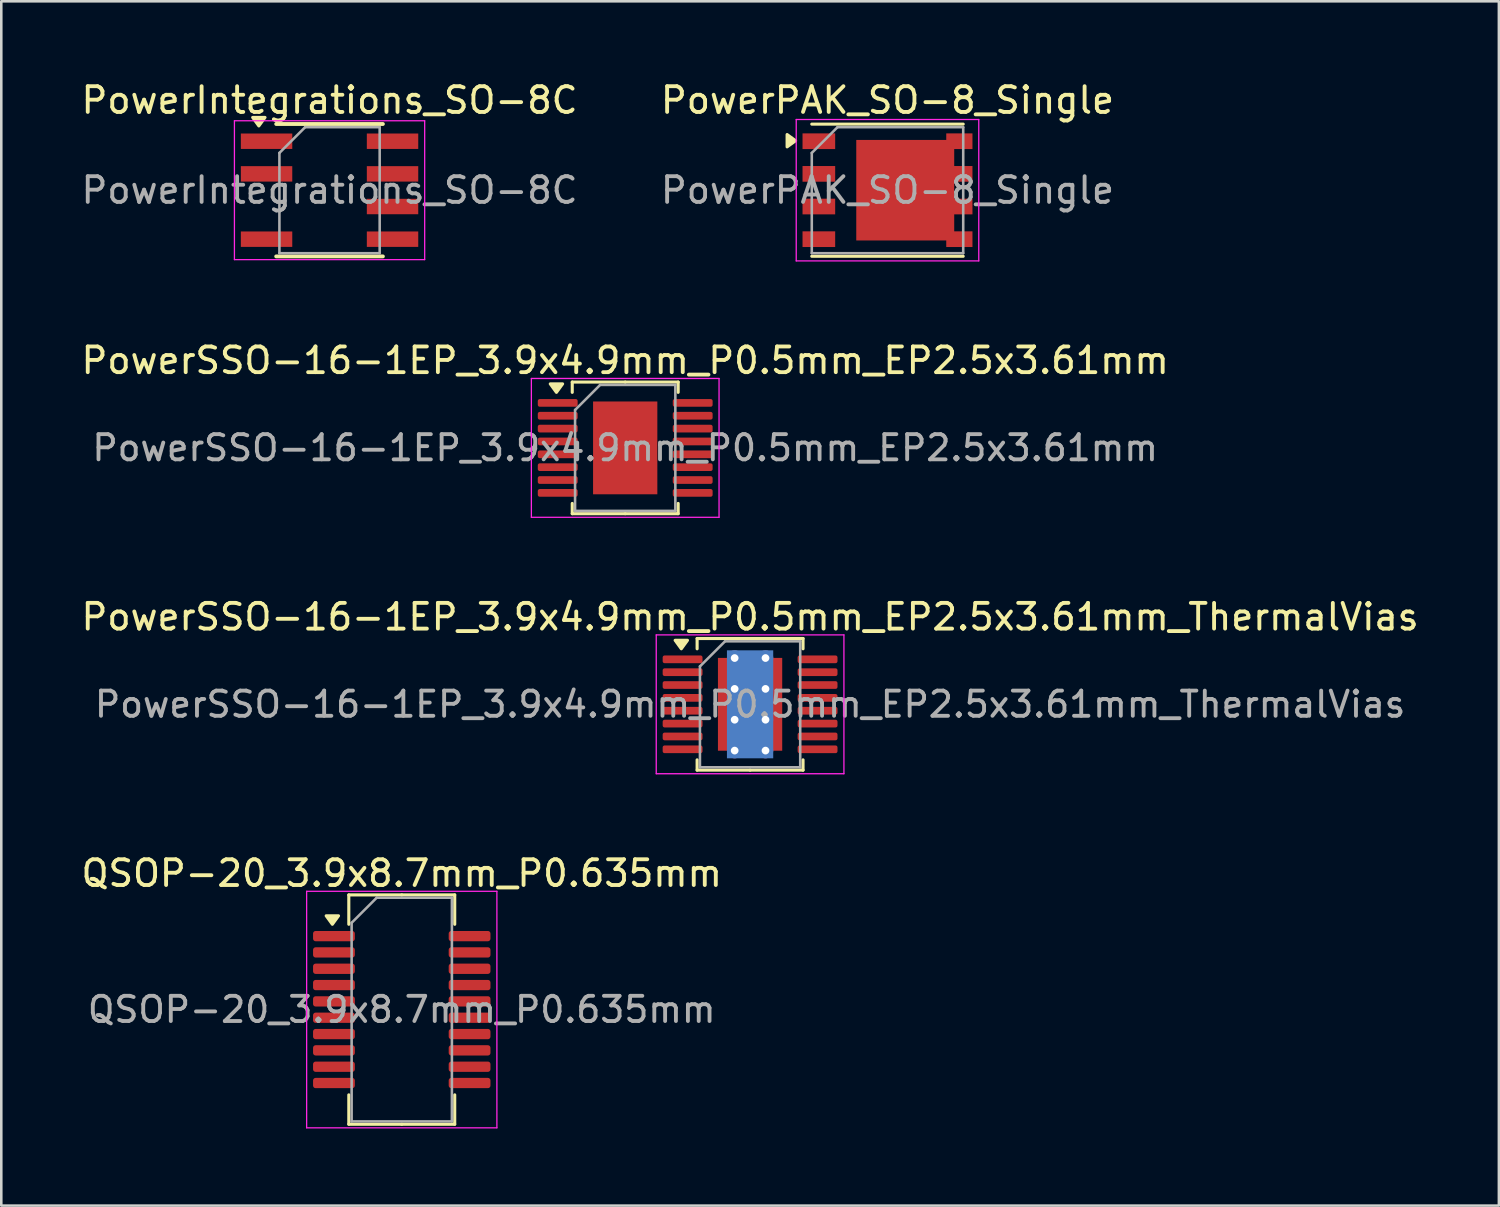
<source format=kicad_pcb>
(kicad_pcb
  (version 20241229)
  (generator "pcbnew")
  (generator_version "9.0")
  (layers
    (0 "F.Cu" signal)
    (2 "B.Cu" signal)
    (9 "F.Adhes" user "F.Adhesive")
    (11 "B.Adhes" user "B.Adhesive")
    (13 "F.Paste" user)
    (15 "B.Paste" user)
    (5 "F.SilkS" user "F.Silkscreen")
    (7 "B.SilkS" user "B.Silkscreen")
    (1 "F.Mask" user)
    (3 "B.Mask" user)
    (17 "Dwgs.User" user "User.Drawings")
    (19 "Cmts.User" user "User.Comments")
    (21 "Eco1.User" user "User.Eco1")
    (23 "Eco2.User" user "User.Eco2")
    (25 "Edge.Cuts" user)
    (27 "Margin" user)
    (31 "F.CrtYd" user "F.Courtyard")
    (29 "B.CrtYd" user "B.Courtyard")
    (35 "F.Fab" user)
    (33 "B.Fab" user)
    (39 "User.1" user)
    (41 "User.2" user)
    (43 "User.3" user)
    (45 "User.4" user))
  (footprint "QSOP-20_3.9x8.7mm_P0.635mm"
    (layer "F.Cu")
    (at 12.577 36.218)
    (property "Reference" "QSOP-20_3.9x8.7mm_P0.635mm" (at 0 -5.3 0) (layer "F.SilkS") (effects (font (size 1 1) (thickness 0.15))))
    (attr smd)
    (fp_line (start -2.06 -4.46) (end -2.06 -3.317) (stroke (width 0.12) (type solid)) (layer "F.SilkS"))
    (fp_line (start -2.06 4.46) (end -2.06 3.317) (stroke (width 0.12) (type solid)) (layer "F.SilkS"))
    (fp_line (start 0 -4.46) (end -2.06 -4.46) (stroke (width 0.12) (type solid)) (layer "F.SilkS"))
    (fp_line (start 0 -4.46) (end 2.06 -4.46) (stroke (width 0.12) (type solid)) (layer "F.SilkS"))
    (fp_line (start 0 4.46) (end -2.06 4.46) (stroke (width 0.12) (type solid)) (layer "F.SilkS"))
    (fp_line (start 0 4.46) (end 2.06 4.46) (stroke (width 0.12) (type solid)) (layer "F.SilkS"))
    (fp_line (start 2.06 -4.46) (end 2.06 -3.317) (stroke (width 0.12) (type solid)) (layer "F.SilkS"))
    (fp_line (start 2.06 4.46) (end 2.06 3.317) (stroke (width 0.12) (type solid)) (layer "F.SilkS"))
    (fp_poly (pts (xy -2.7 -3.317) (xy -2.94 -3.647) (xy -2.46 -3.647) (xy -2.7 -3.317)) (stroke (width 0.12) (type solid)) (fill yes) (layer "F.SilkS"))
    (fp_line (start -3.7 -4.6) (end -3.7 4.6) (stroke (width 0.05) (type solid)) (layer "F.CrtYd"))
    (fp_line (start -3.7 4.6) (end 3.7 4.6) (stroke (width 0.05) (type solid)) (layer "F.CrtYd"))
    (fp_line (start 3.7 -4.6) (end -3.7 -4.6) (stroke (width 0.05) (type solid)) (layer "F.CrtYd"))
    (fp_line (start 3.7 4.6) (end 3.7 -4.6) (stroke (width 0.05) (type solid)) (layer "F.CrtYd"))
    (fp_line (start -1.95 -3.375) (end -0.975 -4.35) (stroke (width 0.1) (type solid)) (layer "F.Fab"))
    (fp_line (start -1.95 4.35) (end -1.95 -3.375) (stroke (width 0.1) (type solid)) (layer "F.Fab"))
    (fp_line (start -0.975 -4.35) (end 1.95 -4.35) (stroke (width 0.1) (type solid)) (layer "F.Fab"))
    (fp_line (start 1.95 -4.35) (end 1.95 4.35) (stroke (width 0.1) (type solid)) (layer "F.Fab"))
    (fp_line (start 1.95 4.35) (end -1.95 4.35) (stroke (width 0.1) (type solid)) (layer "F.Fab"))
    (fp_text user "${REFERENCE}" (at 0 0 0) (layer "F.Fab") (effects (font (size 0.98 0.98) (thickness 0.15))))
    (pad "1" smd roundrect (at -2.638 -2.857) (size 1.625 0.4) (layers "F.Cu" "F.Mask" "F.Paste") (roundrect_rratio 0.25))
    (pad "2" smd roundrect (at -2.638 -2.223) (size 1.625 0.4) (layers "F.Cu" "F.Mask" "F.Paste") (roundrect_rratio 0.25))
    (pad "3" smd roundrect (at -2.638 -1.587) (size 1.625 0.4) (layers "F.Cu" "F.Mask" "F.Paste") (roundrect_rratio 0.25))
    (pad "4" smd roundrect (at -2.638 -0.953) (size 1.625 0.4) (layers "F.Cu" "F.Mask" "F.Paste") (roundrect_rratio 0.25))
    (pad "5" smd roundrect (at -2.638 -0.318) (size 1.625 0.4) (layers "F.Cu" "F.Mask" "F.Paste") (roundrect_rratio 0.25))
    (pad "6" smd roundrect (at -2.638 0.318) (size 1.625 0.4) (layers "F.Cu" "F.Mask" "F.Paste") (roundrect_rratio 0.25))
    (pad "7" smd roundrect (at -2.638 0.953) (size 1.625 0.4) (layers "F.Cu" "F.Mask" "F.Paste") (roundrect_rratio 0.25))
    (pad "8" smd roundrect (at -2.638 1.587) (size 1.625 0.4) (layers "F.Cu" "F.Mask" "F.Paste") (roundrect_rratio 0.25))
    (pad "9" smd roundrect (at -2.638 2.223) (size 1.625 0.4) (layers "F.Cu" "F.Mask" "F.Paste") (roundrect_rratio 0.25))
    (pad "10" smd roundrect (at -2.638 2.857) (size 1.625 0.4) (layers "F.Cu" "F.Mask" "F.Paste") (roundrect_rratio 0.25))
    (pad "11" smd roundrect (at 2.638 2.857) (size 1.625 0.4) (layers "F.Cu" "F.Mask" "F.Paste") (roundrect_rratio 0.25))
    (pad "12" smd roundrect (at 2.638 2.223) (size 1.625 0.4) (layers "F.Cu" "F.Mask" "F.Paste") (roundrect_rratio 0.25))
    (pad "13" smd roundrect (at 2.638 1.587) (size 1.625 0.4) (layers "F.Cu" "F.Mask" "F.Paste") (roundrect_rratio 0.25))
    (pad "14" smd roundrect (at 2.638 0.953) (size 1.625 0.4) (layers "F.Cu" "F.Mask" "F.Paste") (roundrect_rratio 0.25))
    (pad "15" smd roundrect (at 2.638 0.318) (size 1.625 0.4) (layers "F.Cu" "F.Mask" "F.Paste") (roundrect_rratio 0.25))
    (pad "16" smd roundrect (at 2.638 -0.318) (size 1.625 0.4) (layers "F.Cu" "F.Mask" "F.Paste") (roundrect_rratio 0.25))
    (pad "17" smd roundrect (at 2.638 -0.953) (size 1.625 0.4) (layers "F.Cu" "F.Mask" "F.Paste") (roundrect_rratio 0.25))
    (pad "18" smd roundrect (at 2.638 -1.587) (size 1.625 0.4) (layers "F.Cu" "F.Mask" "F.Paste") (roundrect_rratio 0.25))
    (pad "19" smd roundrect (at 2.638 -2.223) (size 1.625 0.4) (layers "F.Cu" "F.Mask" "F.Paste") (roundrect_rratio 0.25))
    (pad "20" smd roundrect (at 2.638 -2.857) (size 1.625 0.4) (layers "F.Cu" "F.Mask" "F.Paste") (roundrect_rratio 0.25)))
  (footprint "PowerPAK_SO-8_Single"
    (layer "F.Cu")
    (at 31.47 4.348)
    (property "Reference" "PowerPAK_SO-8_Single" (at 0 -3.5 0) (layer "F.SilkS") (effects (font (size 1 1) (thickness 0.15))))
    (attr smd)
    (fp_line (start -2.945 -2.57) (end 2.945 -2.57) (stroke (width 0.12) (type solid)) (layer "F.SilkS"))
    (fp_line (start -2.945 2.57) (end 2.945 2.57) (stroke (width 0.12) (type solid)) (layer "F.SilkS"))
    (fp_poly (pts (xy -3.575 -1.925) (xy -3.905 -2.165) (xy -3.905 -1.685) (xy -3.575 -1.925)) (stroke (width 0.12) (type solid)) (fill yes) (layer "F.SilkS"))
    (fp_line (start -3.55 -2.75) (end -3.55 2.75) (stroke (width 0.05) (type solid)) (layer "F.CrtYd"))
    (fp_line (start -3.55 -2.75) (end 3.55 -2.75) (stroke (width 0.05) (type solid)) (layer "F.CrtYd"))
    (fp_line (start -3.55 2.75) (end 3.55 2.75) (stroke (width 0.05) (type solid)) (layer "F.CrtYd"))
    (fp_line (start 3.55 -2.75) (end 3.55 2.75) (stroke (width 0.05) (type solid)) (layer "F.CrtYd"))
    (fp_line (start -2.945 2.45) (end -2.945 -1.45) (stroke (width 0.1) (type solid)) (layer "F.Fab"))
    (fp_line (start -1.945 -2.45) (end -2.945 -1.45) (stroke (width 0.1) (type solid)) (layer "F.Fab"))
    (fp_line (start -1.945 -2.45) (end 2.945 -2.45) (stroke (width 0.1) (type solid)) (layer "F.Fab"))
    (fp_line (start 2.945 -2.45) (end 2.945 2.45) (stroke (width 0.1) (type solid)) (layer "F.Fab"))
    (fp_line (start 2.945 2.45) (end -2.945 2.45) (stroke (width 0.1) (type solid)) (layer "F.Fab"))
    (fp_text user "${REFERENCE}" (at 0 0 0) (layer "F.Fab") (effects (font (size 1 1) (thickness 0.15))))
    (pad "1" smd rect (at -2.67 -1.905) (size 1.27 0.61) (layers "F.Cu" "F.Mask" "F.Paste"))
    (pad "2" smd rect (at -2.67 -0.635) (size 1.27 0.61) (layers "F.Cu" "F.Mask" "F.Paste"))
    (pad "3" smd rect (at -2.67 0.635) (size 1.27 0.61) (layers "F.Cu" "F.Mask" "F.Paste"))
    (pad "4" smd rect (at -2.67 1.905) (size 1.27 0.61) (layers "F.Cu" "F.Mask" "F.Paste"))
    (pad "5" smd rect (at 0.69 0) (size 3.81 3.91) (layers "F.Cu" "F.Mask" "F.Paste"))
    (pad "5" smd rect (at 2.795 -1.905) (size 1.02 0.61) (layers "F.Cu" "F.Mask" "F.Paste"))
    (pad "5" smd rect (at 2.795 -0.635) (size 1.02 0.61) (layers "F.Cu" "F.Mask" "F.Paste"))
    (pad "5" smd rect (at 2.795 0.635) (size 1.02 0.61) (layers "F.Cu" "F.Mask" "F.Paste"))
    (pad "5" smd rect (at 2.795 1.905) (size 1.02 0.61) (layers "F.Cu" "F.Mask" "F.Paste")))
  (footprint "PowerSSO-16-1EP_3.9x4.9mm_P0.5mm_EP2.5x3.61mm_ThermalVias"
    (layer "F.Cu")
    (at 26.125 24.345)
    (property "Reference" "PowerSSO-16-1EP_3.9x4.9mm_P0.5mm_EP2.5x3.61mm_ThermalVias" (at 0 -3.4 0) (layer "F.SilkS") (effects (font (size 1 1) (thickness 0.15))))
    (attr smd)
    (fp_line (start -2.06 -2.56) (end -2.06 -2.16) (stroke (width 0.12) (type solid)) (layer "F.SilkS"))
    (fp_line (start -2.06 2.56) (end -2.06 2.16) (stroke (width 0.12) (type solid)) (layer "F.SilkS"))
    (fp_line (start 0 -2.56) (end -2.06 -2.56) (stroke (width 0.12) (type solid)) (layer "F.SilkS"))
    (fp_line (start 0 -2.56) (end 2.06 -2.56) (stroke (width 0.12) (type solid)) (layer "F.SilkS"))
    (fp_line (start 0 2.56) (end -2.06 2.56) (stroke (width 0.12) (type solid)) (layer "F.SilkS"))
    (fp_line (start 0 2.56) (end 2.06 2.56) (stroke (width 0.12) (type solid)) (layer "F.SilkS"))
    (fp_line (start 2.06 -2.56) (end 2.06 -2.16) (stroke (width 0.12) (type solid)) (layer "F.SilkS"))
    (fp_line (start 2.06 2.56) (end 2.06 2.16) (stroke (width 0.12) (type solid)) (layer "F.SilkS"))
    (fp_poly (pts (xy -2.675 -2.16) (xy -2.915 -2.49) (xy -2.435 -2.49) (xy -2.675 -2.16)) (stroke (width 0.12) (type solid)) (fill yes) (layer "F.SilkS"))
    (fp_line (start -3.65 -2.7) (end -3.65 2.7) (stroke (width 0.05) (type solid)) (layer "F.CrtYd"))
    (fp_line (start -3.65 2.7) (end 3.65 2.7) (stroke (width 0.05) (type solid)) (layer "F.CrtYd"))
    (fp_line (start 3.65 -2.7) (end -3.65 -2.7) (stroke (width 0.05) (type solid)) (layer "F.CrtYd"))
    (fp_line (start 3.65 2.7) (end 3.65 -2.7) (stroke (width 0.05) (type solid)) (layer "F.CrtYd"))
    (fp_line (start -1.95 -1.475) (end -0.975 -2.45) (stroke (width 0.1) (type solid)) (layer "F.Fab"))
    (fp_line (start -1.95 2.45) (end -1.95 -1.475) (stroke (width 0.1) (type solid)) (layer "F.Fab"))
    (fp_line (start -0.975 -2.45) (end 1.95 -2.45) (stroke (width 0.1) (type solid)) (layer "F.Fab"))
    (fp_line (start 1.95 -2.45) (end 1.95 2.45) (stroke (width 0.1) (type solid)) (layer "F.Fab"))
    (fp_line (start 1.95 2.45) (end -1.95 2.45) (stroke (width 0.1) (type solid)) (layer "F.Fab"))
    (fp_text user "${REFERENCE}" (at 0 0 0) (layer "F.Fab") (effects (font (size 0.98 0.98) (thickness 0.15))))
    (pad "" smd roundrect (at 0 0) (size 2.02 2.91) (layers "F.Paste") (roundrect_rratio 0.124))
    (pad "1" smd roundrect (at -2.625 -1.75) (size 1.55 0.3) (layers "F.Cu" "F.Mask" "F.Paste") (roundrect_rratio 0.25))
    (pad "2" smd roundrect (at -2.625 -1.25) (size 1.55 0.3) (layers "F.Cu" "F.Mask" "F.Paste") (roundrect_rratio 0.25))
    (pad "3" smd roundrect (at -2.625 -0.75) (size 1.55 0.3) (layers "F.Cu" "F.Mask" "F.Paste") (roundrect_rratio 0.25))
    (pad "4" smd roundrect (at -2.625 -0.25) (size 1.55 0.3) (layers "F.Cu" "F.Mask" "F.Paste") (roundrect_rratio 0.25))
    (pad "5" smd roundrect (at -2.625 0.25) (size 1.55 0.3) (layers "F.Cu" "F.Mask" "F.Paste") (roundrect_rratio 0.25))
    (pad "6" smd roundrect (at -2.625 0.75) (size 1.55 0.3) (layers "F.Cu" "F.Mask" "F.Paste") (roundrect_rratio 0.25))
    (pad "7" smd roundrect (at -2.625 1.25) (size 1.55 0.3) (layers "F.Cu" "F.Mask" "F.Paste") (roundrect_rratio 0.25))
    (pad "8" smd roundrect (at -2.625 1.75) (size 1.55 0.3) (layers "F.Cu" "F.Mask" "F.Paste") (roundrect_rratio 0.25))
    (pad "9" smd roundrect (at 2.625 1.75) (size 1.55 0.3) (layers "F.Cu" "F.Mask" "F.Paste") (roundrect_rratio 0.25))
    (pad "10" smd roundrect (at 2.625 1.25) (size 1.55 0.3) (layers "F.Cu" "F.Mask" "F.Paste") (roundrect_rratio 0.25))
    (pad "11" smd roundrect (at 2.625 0.75) (size 1.55 0.3) (layers "F.Cu" "F.Mask" "F.Paste") (roundrect_rratio 0.25))
    (pad "12" smd roundrect (at 2.625 0.25) (size 1.55 0.3) (layers "F.Cu" "F.Mask" "F.Paste") (roundrect_rratio 0.25))
    (pad "13" smd roundrect (at 2.625 -0.25) (size 1.55 0.3) (layers "F.Cu" "F.Mask" "F.Paste") (roundrect_rratio 0.25))
    (pad "14" smd roundrect (at 2.625 -0.75) (size 1.55 0.3) (layers "F.Cu" "F.Mask" "F.Paste") (roundrect_rratio 0.25))
    (pad "15" smd roundrect (at 2.625 -1.25) (size 1.55 0.3) (layers "F.Cu" "F.Mask" "F.Paste") (roundrect_rratio 0.25))
    (pad "16" smd roundrect (at 2.625 -1.75) (size 1.55 0.3) (layers "F.Cu" "F.Mask" "F.Paste") (roundrect_rratio 0.25))
    (pad "17" thru_hole circle (at -0.6 -1.8) (size 0.6 0.6) (drill 0.3) (property pad_prop_heatsink) (layers "*.Cu"))
    (pad "17" thru_hole circle (at -0.6 -0.6) (size 0.6 0.6) (drill 0.3) (property pad_prop_heatsink) (layers "*.Cu"))
    (pad "17" thru_hole circle (at -0.6 0.6) (size 0.6 0.6) (drill 0.3) (property pad_prop_heatsink) (layers "*.Cu"))
    (pad "17" thru_hole circle (at -0.6 1.8) (size 0.6 0.6) (drill 0.3) (property pad_prop_heatsink) (layers "*.Cu"))
    (pad "17" smd rect (at 0 0) (size 1.8 4.2) (property pad_prop_heatsink) (layers "B.Cu"))
    (pad "17" smd rect (at 0 0) (size 2.5 3.61) (property pad_prop_heatsink) (layers "F.Cu" "F.Mask"))
    (pad "17" thru_hole circle (at 0.6 -1.8) (size 0.6 0.6) (drill 0.3) (property pad_prop_heatsink) (layers "*.Cu"))
    (pad "17" thru_hole circle (at 0.6 -0.6) (size 0.6 0.6) (drill 0.3) (property pad_prop_heatsink) (layers "*.Cu"))
    (pad "17" thru_hole circle (at 0.6 0.6) (size 0.6 0.6) (drill 0.3) (property pad_prop_heatsink) (layers "*.Cu"))
    (pad "17" thru_hole circle (at 0.6 1.8) (size 0.6 0.6) (drill 0.3) (property pad_prop_heatsink) (layers "*.Cu")))
  (footprint "PowerIntegrations_SO-8C"
    (layer "F.Cu")
    (at 9.768 4.348)
    (property "Reference" "PowerIntegrations_SO-8C" (at 0 -3.5 0) (layer "F.SilkS") (effects (font (size 1 1) (thickness 0.15))))
    (attr smd)
    (fp_line (start -2.075 -2.575) (end 2.075 -2.575) (stroke (width 0.15) (type solid)) (layer "F.SilkS"))
    (fp_line (start -2.075 2.575) (end 2.075 2.575) (stroke (width 0.15) (type solid)) (layer "F.SilkS"))
    (fp_poly (pts (xy -2.75 -2.5) (xy -2.51 -2.83) (xy -2.99 -2.83) (xy -2.75 -2.5)) (stroke (width 0.12) (type solid)) (fill yes) (layer "F.SilkS"))
    (fp_line (start -3.7 -2.7) (end -3.7 2.7) (stroke (width 0.05) (type solid)) (layer "F.CrtYd"))
    (fp_line (start -3.7 -2.7) (end 3.7 -2.7) (stroke (width 0.05) (type solid)) (layer "F.CrtYd"))
    (fp_line (start 3.7 2.7) (end -3.7 2.7) (stroke (width 0.05) (type solid)) (layer "F.CrtYd"))
    (fp_line (start 3.7 2.7) (end 3.7 -2.7) (stroke (width 0.05) (type solid)) (layer "F.CrtYd"))
    (fp_line (start -1.95 -1.45) (end -0.95 -2.45) (stroke (width 0.1) (type solid)) (layer "F.Fab"))
    (fp_line (start -1.95 2.45) (end -1.95 -1.45) (stroke (width 0.1) (type solid)) (layer "F.Fab"))
    (fp_line (start -0.95 -2.45) (end 1.95 -2.45) (stroke (width 0.1) (type solid)) (layer "F.Fab"))
    (fp_line (start 1.95 -2.45) (end 1.95 2.45) (stroke (width 0.1) (type solid)) (layer "F.Fab"))
    (fp_line (start 1.95 2.45) (end -1.95 2.45) (stroke (width 0.1) (type solid)) (layer "F.Fab"))
    (fp_text user "${REFERENCE}" (at 0 0 0) (layer "F.Fab") (effects (font (size 1 1) (thickness 0.15))))
    (pad "1" smd rect (at -2.45 -1.905) (size 2 0.6) (layers "F.Cu" "F.Mask" "F.Paste"))
    (pad "2" smd rect (at -2.45 -0.635) (size 2 0.6) (layers "F.Cu" "F.Mask" "F.Paste"))
    (pad "4" smd rect (at -2.45 1.905) (size 2 0.6) (layers "F.Cu" "F.Mask" "F.Paste"))
    (pad "5" smd rect (at 2.45 1.905) (size 2 0.6) (layers "F.Cu" "F.Mask" "F.Paste"))
    (pad "6" smd rect (at 2.45 0.635) (size 2 0.6) (layers "F.Cu" "F.Mask" "F.Paste"))
    (pad "7" smd rect (at 2.45 -0.635) (size 2 0.6) (layers "F.Cu" "F.Mask" "F.Paste"))
    (pad "8" smd rect (at 2.45 -1.905) (size 2 0.6) (layers "F.Cu" "F.Mask" "F.Paste")))
  (footprint "PowerSSO-16-1EP_3.9x4.9mm_P0.5mm_EP2.5x3.61mm"
    (layer "F.Cu")
    (at 21.268 14.371)
    (property "Reference" "PowerSSO-16-1EP_3.9x4.9mm_P0.5mm_EP2.5x3.61mm" (at 0 -3.4 0) (layer "F.SilkS") (effects (font (size 1 1) (thickness 0.15))))
    (attr smd)
    (fp_line (start -2.06 -2.56) (end -2.06 -2.16) (stroke (width 0.12) (type solid)) (layer "F.SilkS"))
    (fp_line (start -2.06 2.56) (end -2.06 2.16) (stroke (width 0.12) (type solid)) (layer "F.SilkS"))
    (fp_line (start 0 -2.56) (end -2.06 -2.56) (stroke (width 0.12) (type solid)) (layer "F.SilkS"))
    (fp_line (start 0 -2.56) (end 2.06 -2.56) (stroke (width 0.12) (type solid)) (layer "F.SilkS"))
    (fp_line (start 0 2.56) (end -2.06 2.56) (stroke (width 0.12) (type solid)) (layer "F.SilkS"))
    (fp_line (start 0 2.56) (end 2.06 2.56) (stroke (width 0.12) (type solid)) (layer "F.SilkS"))
    (fp_line (start 2.06 -2.56) (end 2.06 -2.16) (stroke (width 0.12) (type solid)) (layer "F.SilkS"))
    (fp_line (start 2.06 2.56) (end 2.06 2.16) (stroke (width 0.12) (type solid)) (layer "F.SilkS"))
    (fp_poly (pts (xy -2.675 -2.16) (xy -2.915 -2.49) (xy -2.435 -2.49) (xy -2.675 -2.16)) (stroke (width 0.12) (type solid)) (fill yes) (layer "F.SilkS"))
    (fp_line (start -3.65 -2.7) (end -3.65 2.7) (stroke (width 0.05) (type solid)) (layer "F.CrtYd"))
    (fp_line (start -3.65 2.7) (end 3.65 2.7) (stroke (width 0.05) (type solid)) (layer "F.CrtYd"))
    (fp_line (start 3.65 -2.7) (end -3.65 -2.7) (stroke (width 0.05) (type solid)) (layer "F.CrtYd"))
    (fp_line (start 3.65 2.7) (end 3.65 -2.7) (stroke (width 0.05) (type solid)) (layer "F.CrtYd"))
    (fp_line (start -1.95 -1.475) (end -0.975 -2.45) (stroke (width 0.1) (type solid)) (layer "F.Fab"))
    (fp_line (start -1.95 2.45) (end -1.95 -1.475) (stroke (width 0.1) (type solid)) (layer "F.Fab"))
    (fp_line (start -0.975 -2.45) (end 1.95 -2.45) (stroke (width 0.1) (type solid)) (layer "F.Fab"))
    (fp_line (start 1.95 -2.45) (end 1.95 2.45) (stroke (width 0.1) (type solid)) (layer "F.Fab"))
    (fp_line (start 1.95 2.45) (end -1.95 2.45) (stroke (width 0.1) (type solid)) (layer "F.Fab"))
    (fp_text user "${REFERENCE}" (at 0 0 0) (layer "F.Fab") (effects (font (size 0.98 0.98) (thickness 0.15))))
    (pad "" smd roundrect (at 0 0) (size 2.02 2.91) (layers "F.Paste") (roundrect_rratio 0.124))
    (pad "1" smd roundrect (at -2.625 -1.75) (size 1.55 0.3) (layers "F.Cu" "F.Mask" "F.Paste") (roundrect_rratio 0.25))
    (pad "2" smd roundrect (at -2.625 -1.25) (size 1.55 0.3) (layers "F.Cu" "F.Mask" "F.Paste") (roundrect_rratio 0.25))
    (pad "3" smd roundrect (at -2.625 -0.75) (size 1.55 0.3) (layers "F.Cu" "F.Mask" "F.Paste") (roundrect_rratio 0.25))
    (pad "4" smd roundrect (at -2.625 -0.25) (size 1.55 0.3) (layers "F.Cu" "F.Mask" "F.Paste") (roundrect_rratio 0.25))
    (pad "5" smd roundrect (at -2.625 0.25) (size 1.55 0.3) (layers "F.Cu" "F.Mask" "F.Paste") (roundrect_rratio 0.25))
    (pad "6" smd roundrect (at -2.625 0.75) (size 1.55 0.3) (layers "F.Cu" "F.Mask" "F.Paste") (roundrect_rratio 0.25))
    (pad "7" smd roundrect (at -2.625 1.25) (size 1.55 0.3) (layers "F.Cu" "F.Mask" "F.Paste") (roundrect_rratio 0.25))
    (pad "8" smd roundrect (at -2.625 1.75) (size 1.55 0.3) (layers "F.Cu" "F.Mask" "F.Paste") (roundrect_rratio 0.25))
    (pad "9" smd roundrect (at 2.625 1.75) (size 1.55 0.3) (layers "F.Cu" "F.Mask" "F.Paste") (roundrect_rratio 0.25))
    (pad "10" smd roundrect (at 2.625 1.25) (size 1.55 0.3) (layers "F.Cu" "F.Mask" "F.Paste") (roundrect_rratio 0.25))
    (pad "11" smd roundrect (at 2.625 0.75) (size 1.55 0.3) (layers "F.Cu" "F.Mask" "F.Paste") (roundrect_rratio 0.25))
    (pad "12" smd roundrect (at 2.625 0.25) (size 1.55 0.3) (layers "F.Cu" "F.Mask" "F.Paste") (roundrect_rratio 0.25))
    (pad "13" smd roundrect (at 2.625 -0.25) (size 1.55 0.3) (layers "F.Cu" "F.Mask" "F.Paste") (roundrect_rratio 0.25))
    (pad "14" smd roundrect (at 2.625 -0.75) (size 1.55 0.3) (layers "F.Cu" "F.Mask" "F.Paste") (roundrect_rratio 0.25))
    (pad "15" smd roundrect (at 2.625 -1.25) (size 1.55 0.3) (layers "F.Cu" "F.Mask" "F.Paste") (roundrect_rratio 0.25))
    (pad "16" smd roundrect (at 2.625 -1.75) (size 1.55 0.3) (layers "F.Cu" "F.Mask" "F.Paste") (roundrect_rratio 0.25))
    (pad "17" smd rect (at 0 0) (size 2.5 3.61) (property pad_prop_heatsink) (layers "F.Cu" "F.Mask")))
  (gr_rect
    (start -3 -3)
    (end 55.25 43.843)
    (stroke (width 0.1) (type default))
    (fill no)
    (layer "Edge.Cuts")))
</source>
